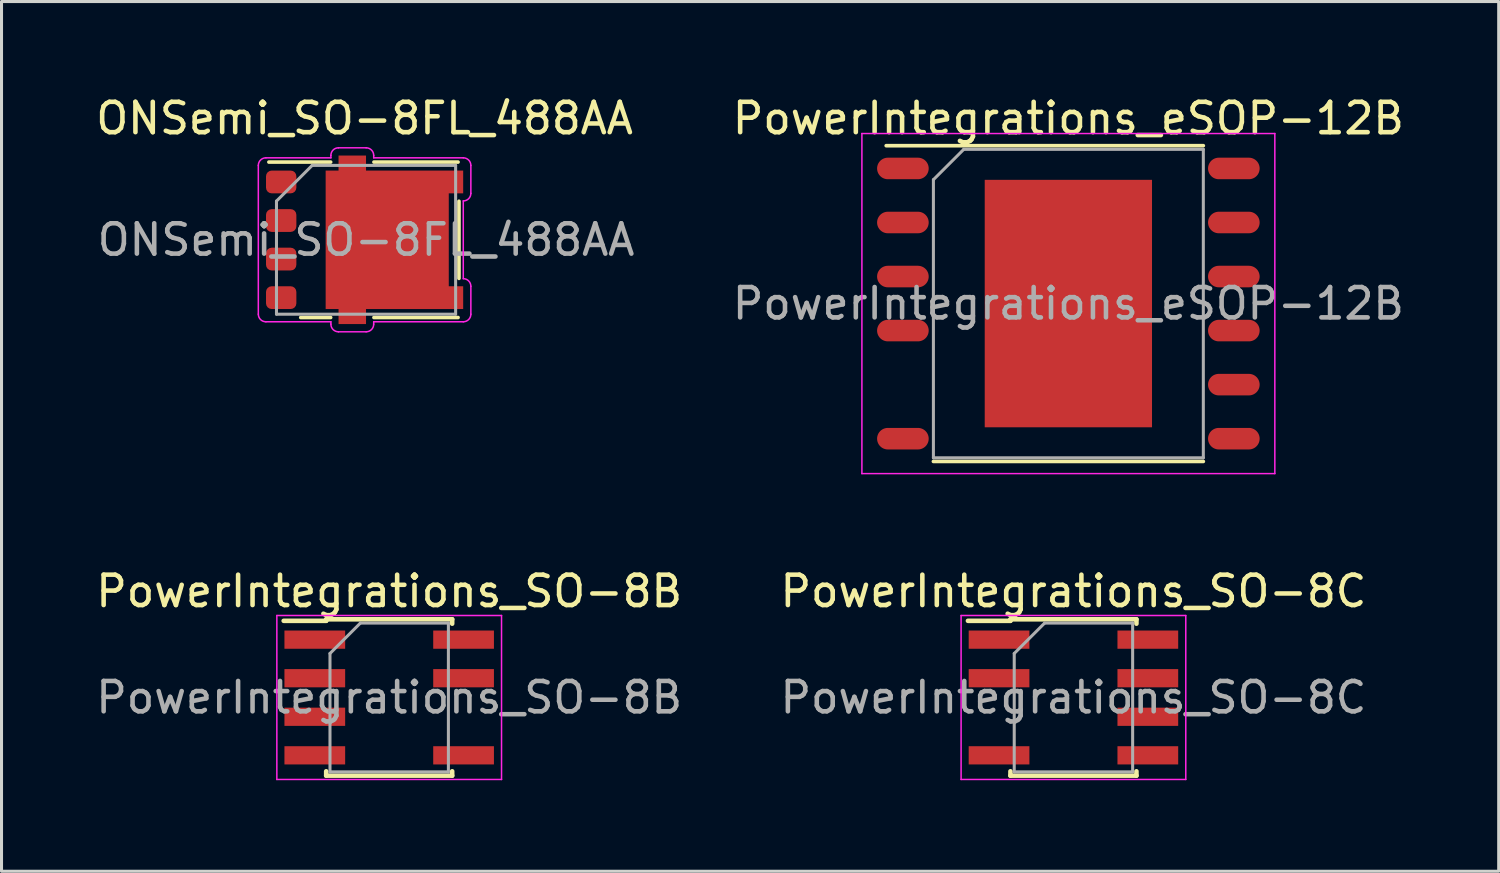
<source format=kicad_pcb>
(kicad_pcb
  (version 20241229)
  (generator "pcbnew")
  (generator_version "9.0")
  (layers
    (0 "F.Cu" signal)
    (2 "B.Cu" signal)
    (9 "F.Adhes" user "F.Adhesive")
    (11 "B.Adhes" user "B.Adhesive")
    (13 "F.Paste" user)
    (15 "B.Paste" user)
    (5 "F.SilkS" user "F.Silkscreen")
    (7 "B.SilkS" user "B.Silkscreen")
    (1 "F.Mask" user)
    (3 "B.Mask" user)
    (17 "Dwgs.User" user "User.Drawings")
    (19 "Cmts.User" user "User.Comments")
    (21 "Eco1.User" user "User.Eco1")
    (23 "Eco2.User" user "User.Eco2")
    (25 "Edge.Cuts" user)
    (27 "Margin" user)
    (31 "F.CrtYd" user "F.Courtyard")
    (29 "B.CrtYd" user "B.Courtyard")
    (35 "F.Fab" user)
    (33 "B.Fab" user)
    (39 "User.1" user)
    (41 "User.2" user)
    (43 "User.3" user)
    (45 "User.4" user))
  (footprint "PowerIntegrations_SO-8C"
    (layer "F.Cu")
    (at 32.304 19.922)
    (property "Reference" "PowerIntegrations_SO-8C" (at 0 -3.5 0) (layer "F.SilkS") (effects (font (size 1 1) (thickness 0.15))))
    (attr smd)
    (fp_line (start -2.075 -2.575) (end -2.075 -2.525) (stroke (width 0.15) (type solid)) (layer "F.SilkS"))
    (fp_line (start -2.075 -2.575) (end 2.075 -2.575) (stroke (width 0.15) (type solid)) (layer "F.SilkS"))
    (fp_line (start -2.075 -2.525) (end -3.475 -2.525) (stroke (width 0.15) (type solid)) (layer "F.SilkS"))
    (fp_line (start -2.075 2.575) (end -2.075 2.43) (stroke (width 0.15) (type solid)) (layer "F.SilkS"))
    (fp_line (start -2.075 2.575) (end 2.075 2.575) (stroke (width 0.15) (type solid)) (layer "F.SilkS"))
    (fp_line (start 2.075 -2.575) (end 2.075 -2.43) (stroke (width 0.15) (type solid)) (layer "F.SilkS"))
    (fp_line (start 2.075 2.575) (end 2.075 2.43) (stroke (width 0.15) (type solid)) (layer "F.SilkS"))
    (fp_line (start -3.7 -2.7) (end -3.7 2.7) (stroke (width 0.05) (type solid)) (layer "F.CrtYd"))
    (fp_line (start -3.7 -2.7) (end 3.7 -2.7) (stroke (width 0.05) (type solid)) (layer "F.CrtYd"))
    (fp_line (start 3.7 2.7) (end -3.7 2.7) (stroke (width 0.05) (type solid)) (layer "F.CrtYd"))
    (fp_line (start 3.7 2.7) (end 3.7 -2.7) (stroke (width 0.05) (type solid)) (layer "F.CrtYd"))
    (fp_line (start -1.95 -1.45) (end -0.95 -2.45) (stroke (width 0.1) (type solid)) (layer "F.Fab"))
    (fp_line (start -1.95 2.45) (end -1.95 -1.45) (stroke (width 0.1) (type solid)) (layer "F.Fab"))
    (fp_line (start -0.95 -2.45) (end 1.95 -2.45) (stroke (width 0.1) (type solid)) (layer "F.Fab"))
    (fp_line (start 1.95 -2.45) (end 1.95 2.45) (stroke (width 0.1) (type solid)) (layer "F.Fab"))
    (fp_line (start 1.95 2.45) (end -1.95 2.45) (stroke (width 0.1) (type solid)) (layer "F.Fab"))
    (fp_text user "${REFERENCE}" (at 0 0 0) (layer "F.Fab") (effects (font (size 1 1) (thickness 0.15))))
    (pad "1" smd rect (at -2.45 -1.905) (size 2 0.6) (layers "F.Cu" "F.Mask" "F.Paste"))
    (pad "2" smd rect (at -2.45 -0.635) (size 2 0.6) (layers "F.Cu" "F.Mask" "F.Paste"))
    (pad "4" smd rect (at -2.45 1.905) (size 2 0.6) (layers "F.Cu" "F.Mask" "F.Paste"))
    (pad "5" smd rect (at 2.45 1.905) (size 2 0.6) (layers "F.Cu" "F.Mask" "F.Paste"))
    (pad "6" smd rect (at 2.45 0.635) (size 2 0.6) (layers "F.Cu" "F.Mask" "F.Paste"))
    (pad "7" smd rect (at 2.45 -0.635) (size 2 0.6) (layers "F.Cu" "F.Mask" "F.Paste"))
    (pad "8" smd rect (at 2.45 -1.905) (size 2 0.6) (layers "F.Cu" "F.Mask" "F.Paste")))
  (footprint "PowerIntegrations_SO-8B"
    (layer "F.Cu")
    (at 9.768 19.922)
    (property "Reference" "PowerIntegrations_SO-8B" (at 0 -3.5 0) (layer "F.SilkS") (effects (font (size 1 1) (thickness 0.15))))
    (attr smd)
    (fp_line (start -2.075 -2.575) (end -2.075 -2.525) (stroke (width 0.15) (type solid)) (layer "F.SilkS"))
    (fp_line (start -2.075 -2.575) (end 2.075 -2.575) (stroke (width 0.15) (type solid)) (layer "F.SilkS"))
    (fp_line (start -2.075 -2.525) (end -3.475 -2.525) (stroke (width 0.15) (type solid)) (layer "F.SilkS"))
    (fp_line (start -2.075 2.575) (end -2.075 2.43) (stroke (width 0.15) (type solid)) (layer "F.SilkS"))
    (fp_line (start -2.075 2.575) (end 2.075 2.575) (stroke (width 0.15) (type solid)) (layer "F.SilkS"))
    (fp_line (start 2.075 -2.575) (end 2.075 -2.43) (stroke (width 0.15) (type solid)) (layer "F.SilkS"))
    (fp_line (start 2.075 2.575) (end 2.075 2.43) (stroke (width 0.15) (type solid)) (layer "F.SilkS"))
    (fp_line (start -3.7 -2.7) (end -3.7 2.7) (stroke (width 0.05) (type solid)) (layer "F.CrtYd"))
    (fp_line (start -3.7 -2.7) (end 3.7 -2.7) (stroke (width 0.05) (type solid)) (layer "F.CrtYd"))
    (fp_line (start 3.7 2.7) (end -3.7 2.7) (stroke (width 0.05) (type solid)) (layer "F.CrtYd"))
    (fp_line (start 3.7 2.7) (end 3.7 -2.7) (stroke (width 0.05) (type solid)) (layer "F.CrtYd"))
    (fp_line (start -1.95 -1.45) (end -0.95 -2.45) (stroke (width 0.1) (type solid)) (layer "F.Fab"))
    (fp_line (start -1.95 2.45) (end -1.95 -1.45) (stroke (width 0.1) (type solid)) (layer "F.Fab"))
    (fp_line (start -0.95 -2.45) (end 1.95 -2.45) (stroke (width 0.1) (type solid)) (layer "F.Fab"))
    (fp_line (start 1.95 -2.45) (end 1.95 2.45) (stroke (width 0.1) (type solid)) (layer "F.Fab"))
    (fp_line (start 1.95 2.45) (end -1.95 2.45) (stroke (width 0.1) (type solid)) (layer "F.Fab"))
    (fp_text user "${REFERENCE}" (at 0 0 0) (layer "F.Fab") (effects (font (size 1 1) (thickness 0.15))))
    (pad "1" smd rect (at -2.45 -1.905) (size 2 0.6) (layers "F.Cu" "F.Mask" "F.Paste"))
    (pad "2" smd rect (at -2.45 -0.635) (size 2 0.6) (layers "F.Cu" "F.Mask" "F.Paste"))
    (pad "3" smd rect (at -2.45 0.635) (size 2 0.6) (layers "F.Cu" "F.Mask" "F.Paste"))
    (pad "4" smd rect (at -2.45 1.905) (size 2 0.6) (layers "F.Cu" "F.Mask" "F.Paste"))
    (pad "5" smd rect (at 2.45 1.905) (size 2 0.6) (layers "F.Cu" "F.Mask" "F.Paste"))
    (pad "7" smd rect (at 2.45 -0.635) (size 2 0.6) (layers "F.Cu" "F.Mask" "F.Paste"))
    (pad "8" smd rect (at 2.45 -1.905) (size 2 0.6) (layers "F.Cu" "F.Mask" "F.Paste")))
  (footprint "ONSemi_SO-8FL_488AA"
    (layer "F.Cu")
    (at 8.958 4.848)
    (property "Reference" "ONSemi_SO-8FL_488AA" (at 0 -4 0) (layer "F.SilkS") (effects (font (size 1 1) (thickness 0.15))))
    (attr smd)
    (fp_line (start -1.118 -2.56) (end -3.152 -2.56) (stroke (width 0.12) (type solid)) (layer "F.SilkS"))
    (fp_line (start -1.118 2.56) (end -2.103 2.56) (stroke (width 0.12) (type solid)) (layer "F.SilkS"))
    (fp_line (start 3.078 -2.56) (end 0.308 -2.56) (stroke (width 0.12) (type solid)) (layer "F.SilkS"))
    (fp_line (start 3.078 2.56) (end 0.308 2.56) (stroke (width 0.12) (type solid)) (layer "F.SilkS"))
    (fp_line (start 3.108 -1.27) (end 3.108 1.27) (stroke (width 0.12) (type solid)) (layer "F.SilkS"))
    (fp_line (start -3.5 2.45) (end -3.5 -2.45) (stroke (width 0.05) (type solid)) (layer "F.CrtYd"))
    (fp_line (start -3.25 -2.7) (end -1.11 -2.7) (stroke (width 0.05) (type solid)) (layer "F.CrtYd"))
    (fp_line (start -3.25 2.7) (end -1.11 2.7) (stroke (width 0.05) (type solid)) (layer "F.CrtYd"))
    (fp_line (start -1.11 -2.78) (end -1.11 -2.7) (stroke (width 0.05) (type solid)) (layer "F.CrtYd"))
    (fp_line (start -1.11 2.7) (end -1.11 2.78) (stroke (width 0.05) (type solid)) (layer "F.CrtYd"))
    (fp_line (start -0.86 -3.03) (end 0.05 -3.03) (stroke (width 0.05) (type solid)) (layer "F.CrtYd"))
    (fp_line (start -0.86 3.03) (end 0.05 3.03) (stroke (width 0.05) (type solid)) (layer "F.CrtYd"))
    (fp_line (start 0.3 -2.7) (end 0.3 -2.78) (stroke (width 0.05) (type solid)) (layer "F.CrtYd"))
    (fp_line (start 0.3 -2.7) (end 3.25 -2.7) (stroke (width 0.05) (type solid)) (layer "F.CrtYd"))
    (fp_line (start 0.3 2.7) (end 3.25 2.7) (stroke (width 0.05) (type solid)) (layer "F.CrtYd"))
    (fp_line (start 0.3 2.78) (end 0.3 2.7) (stroke (width 0.05) (type solid)) (layer "F.CrtYd"))
    (fp_line (start 3.25 1.28) (end 3.25 -1.28) (stroke (width 0.05) (type solid)) (layer "F.CrtYd"))
    (fp_line (start 3.5 -1.53) (end 3.5 -2.45) (stroke (width 0.05) (type solid)) (layer "F.CrtYd"))
    (fp_line (start 3.5 2.45) (end 3.5 1.53) (stroke (width 0.05) (type solid)) (layer "F.CrtYd"))
    (fp_arc (start -3.5 -2.45) (mid -3.426777 -2.626777) (end -3.25 -2.7) (stroke (width 0.05) (type solid)) (layer "F.CrtYd"))
    (fp_arc (start -3.25 2.7) (mid -3.426777 2.626777) (end -3.5 2.45) (stroke (width 0.05) (type solid)) (layer "F.CrtYd"))
    (fp_arc (start -1.11 -2.78) (mid -1.036777 -2.956777) (end -0.86 -3.03) (stroke (width 0.05) (type solid)) (layer "F.CrtYd"))
    (fp_arc (start -0.86 3.03) (mid -1.036777 2.956777) (end -1.11 2.78) (stroke (width 0.05) (type solid)) (layer "F.CrtYd"))
    (fp_arc (start 0.05 -3.03) (mid 0.226777 -2.956777) (end 0.3 -2.78) (stroke (width 0.05) (type solid)) (layer "F.CrtYd"))
    (fp_arc (start 0.3 2.78) (mid 0.226777 2.956777) (end 0.05 3.03) (stroke (width 0.05) (type solid)) (layer "F.CrtYd"))
    (fp_arc (start 3.25 -2.7) (mid 3.426777 -2.626777) (end 3.5 -2.45) (stroke (width 0.05) (type solid)) (layer "F.CrtYd"))
    (fp_arc (start 3.25 1.28) (mid 3.426777 1.353223) (end 3.5 1.53) (stroke (width 0.05) (type solid)) (layer "F.CrtYd"))
    (fp_arc (start 3.5 -1.53) (mid 3.426777 -1.353223) (end 3.25 -1.28) (stroke (width 0.05) (type solid)) (layer "F.CrtYd"))
    (fp_arc (start 3.5 2.45) (mid 3.426777 2.626777) (end 3.25 2.7) (stroke (width 0.05) (type solid)) (layer "F.CrtYd"))
    (fp_line (start -2.902 -1.275) (end -2.902 2.45) (stroke (width 0.1) (type solid)) (layer "F.Fab"))
    (fp_line (start -1.727 -2.45) (end -2.902 -1.275) (stroke (width 0.1) (type solid)) (layer "F.Fab"))
    (fp_line (start 2.998 -2.45) (end -1.727 -2.45) (stroke (width 0.1) (type solid)) (layer "F.Fab"))
    (fp_line (start 2.998 -2.45) (end 2.998 2.45) (stroke (width 0.1) (type solid)) (layer "F.Fab"))
    (fp_line (start 2.998 2.45) (end -2.902 2.45) (stroke (width 0.1) (type solid)) (layer "F.Fab"))
    (fp_text user "${REFERENCE}" (at 0.048 0 0) (layer "F.Fab") (effects (font (size 1 1) (thickness 0.15))))
    (pad "1" smd roundrect (at -2.747 -1.905) (size 1 0.75) (layers "F.Cu" "F.Mask" "F.Paste") (roundrect_rratio 0.25))
    (pad "2" smd roundrect (at -2.747 -0.635) (size 1 0.75) (layers "F.Cu" "F.Mask" "F.Paste") (roundrect_rratio 0.25))
    (pad "3" smd roundrect (at -2.747 0.635) (size 1 0.75) (layers "F.Cu" "F.Mask" "F.Paste") (roundrect_rratio 0.25))
    (pad "4" smd roundrect (at -2.747 1.905) (size 1 0.75) (layers "F.Cu" "F.Mask" "F.Paste") (roundrect_rratio 0.25))
    (pad "5" smd custom (at 0.745 0) (size 4.055 4.56) (layers "F.Cu" "F.Mask" "F.Paste") (options (anchor rect)) (primitives (gr_poly (pts (xy -1.603 2.775) (xy -0.698 2.775) (xy -0.698 2.28) (xy 2.502 2.28) (xy 2.502 1.53) (xy 1.905 1.53) (xy 1.905 -1.53) (xy 2.502 -1.53) (xy 2.502 -2.28) (xy -0.698 -2.28) (xy -0.698 -2.775) (xy -1.603 -2.775)) (width 0) (fill yes)))))
  (footprint "PowerIntegrations_eSOP-12B"
    (layer "F.Cu")
    (at 32.137 6.948)
    (property "Reference" "PowerIntegrations_eSOP-12B" (at 0 -6.1 0) (layer "F.SilkS") (effects (font (size 1 1) (thickness 0.15))))
    (attr smd)
    (fp_line (start -4.445 5.2) (end 4.445 5.2) (stroke (width 0.12) (type solid)) (layer "F.SilkS"))
    (fp_line (start 4.445 -5.2) (end -6 -5.2) (stroke (width 0.12) (type solid)) (layer "F.SilkS"))
    (fp_line (start -6.8 -5.6) (end 6.8 -5.6) (stroke (width 0.05) (type solid)) (layer "F.CrtYd"))
    (fp_line (start -6.8 5.6) (end -6.8 -5.6) (stroke (width 0.05) (type solid)) (layer "F.CrtYd"))
    (fp_line (start 6.8 -5.6) (end 6.8 5.6) (stroke (width 0.05) (type solid)) (layer "F.CrtYd"))
    (fp_line (start 6.8 5.6) (end -6.8 5.6) (stroke (width 0.05) (type solid)) (layer "F.CrtYd"))
    (fp_line (start -4.445 -4.08) (end -4.445 5.08) (stroke (width 0.1) (type solid)) (layer "F.Fab"))
    (fp_line (start -4.445 -4.08) (end -3.445 -5.08) (stroke (width 0.1) (type solid)) (layer "F.Fab"))
    (fp_line (start -4.445 5.08) (end 4.445 5.08) (stroke (width 0.1) (type solid)) (layer "F.Fab"))
    (fp_line (start 4.445 -5.08) (end -3.445 -5.08) (stroke (width 0.1) (type solid)) (layer "F.Fab"))
    (fp_line (start 4.445 5.08) (end 4.445 -5.08) (stroke (width 0.1) (type solid)) (layer "F.Fab"))
    (fp_text user "${REFERENCE}" (at 0 0 0) (layer "F.Fab") (effects (font (size 1 1) (thickness 0.15))))
    (pad "1" smd oval (at -5.45 -4.45 270) (size 0.71 1.7) (layers "F.Cu" "F.Mask" "F.Paste"))
    (pad "2" smd oval (at -5.45 -2.67 270) (size 0.71 1.7) (layers "F.Cu" "F.Mask" "F.Paste"))
    (pad "3" smd oval (at -5.45 -0.89 270) (size 0.71 1.7) (layers "F.Cu" "F.Mask" "F.Paste"))
    (pad "4" smd oval (at -5.45 0.89 270) (size 0.71 1.7) (layers "F.Cu" "F.Mask" "F.Paste"))
    (pad "6" smd oval (at -5.45 4.45 270) (size 0.71 1.7) (layers "F.Cu" "F.Mask" "F.Paste"))
    (pad "7" smd oval (at 5.45 4.45 270) (size 0.71 1.7) (layers "F.Cu" "F.Mask" "F.Paste"))
    (pad "8" smd oval (at 5.45 2.67 270) (size 0.71 1.7) (layers "F.Cu" "F.Mask" "F.Paste"))
    (pad "9" smd oval (at 5.45 0.89 270) (size 0.71 1.7) (layers "F.Cu" "F.Mask" "F.Paste"))
    (pad "10" smd oval (at 5.45 -0.89 270) (size 0.71 1.7) (layers "F.Cu" "F.Mask" "F.Paste"))
    (pad "11" smd oval (at 5.45 -2.67 270) (size 0.71 1.7) (layers "F.Cu" "F.Mask" "F.Paste"))
    (pad "12" smd oval (at 5.45 -4.45 270) (size 0.71 1.7) (layers "F.Cu" "F.Mask" "F.Paste"))
    (pad "13" smd rect (at 0 0 270) (size 8.15 5.51) (layers "F.Cu" "F.Mask" "F.Paste")))
  (gr_rect
    (start -3 -3)
    (end 46.31 25.646)
    (stroke (width 0.1) (type default))
    (fill no)
    (layer "Edge.Cuts")))
</source>
